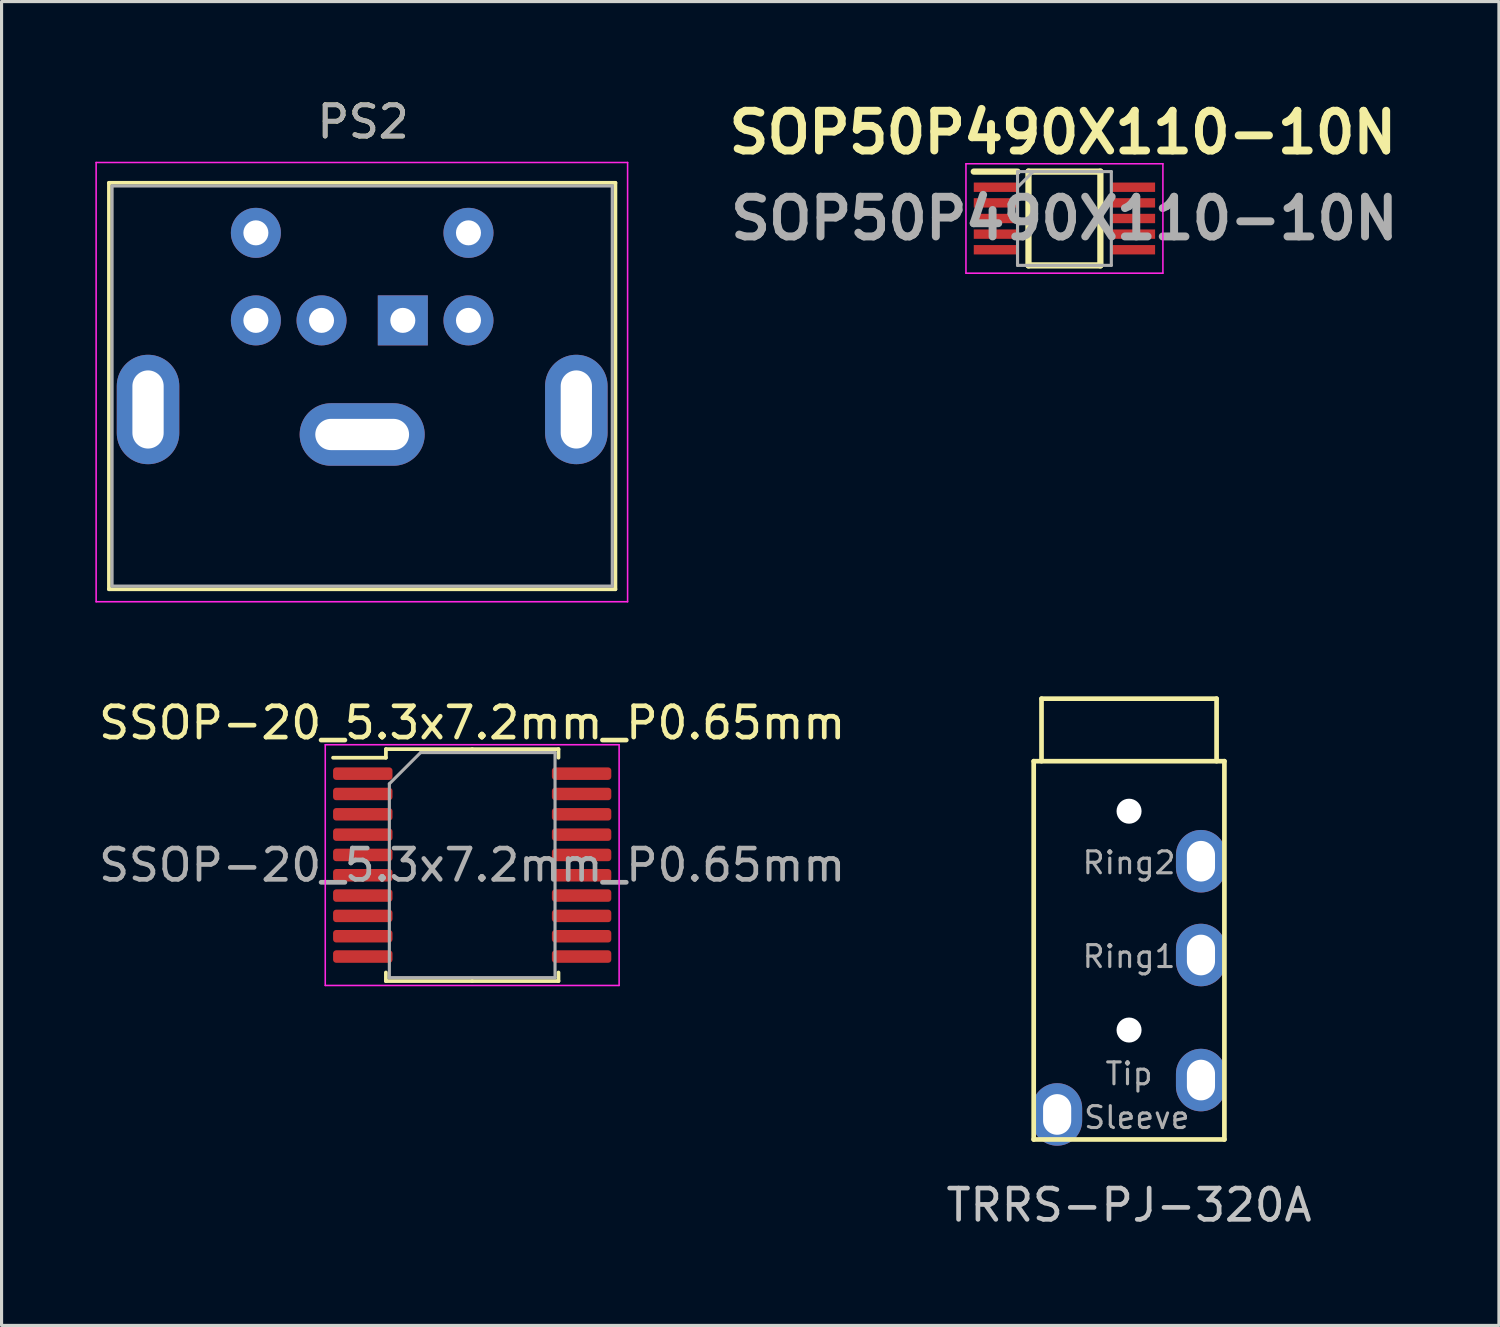
<source format=kicad_pcb>
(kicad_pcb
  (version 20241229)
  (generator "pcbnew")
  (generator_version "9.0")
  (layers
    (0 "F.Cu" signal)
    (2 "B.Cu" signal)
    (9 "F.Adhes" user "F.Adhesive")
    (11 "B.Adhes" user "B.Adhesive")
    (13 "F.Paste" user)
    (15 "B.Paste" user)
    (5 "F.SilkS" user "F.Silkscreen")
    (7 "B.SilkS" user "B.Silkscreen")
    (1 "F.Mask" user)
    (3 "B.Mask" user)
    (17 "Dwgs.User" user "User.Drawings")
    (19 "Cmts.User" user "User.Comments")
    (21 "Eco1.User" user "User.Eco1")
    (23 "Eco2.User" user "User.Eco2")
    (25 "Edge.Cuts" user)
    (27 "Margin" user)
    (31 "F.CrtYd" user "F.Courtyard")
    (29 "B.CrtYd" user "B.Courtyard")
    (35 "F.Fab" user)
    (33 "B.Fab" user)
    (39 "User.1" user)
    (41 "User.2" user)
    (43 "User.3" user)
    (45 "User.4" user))
  (footprint "TRRS-PJ-320A"
    (layer "F.Cu")
    (at 33.065 21.298)
    (property "Reference" "TRRS-PJ-320A" (at 0 14.2 0) (layer "Dwgs.User") (effects (font (size 1 1) (thickness 0.15))))
    (attr through_hole)
    (fp_line (start -3.05 0) (end -3.05 12.1) (stroke (width 0.15) (type solid)) (layer "F.SilkS"))
    (fp_line (start -2.8 0) (end -2.8 -2) (stroke (width 0.15) (type solid)) (layer "F.SilkS"))
    (fp_line (start 2.8 -2) (end -2.8 -2) (stroke (width 0.15) (type solid)) (layer "F.SilkS"))
    (fp_line (start 2.8 0) (end 2.8 -2) (stroke (width 0.15) (type solid)) (layer "F.SilkS"))
    (fp_line (start 3.05 0) (end -3.05 0) (stroke (width 0.15) (type solid)) (layer "F.SilkS"))
    (fp_line (start 3.05 0) (end 3.05 12.1) (stroke (width 0.15) (type solid)) (layer "F.SilkS"))
    (fp_line (start 3.05 12.1) (end -3.05 12.1) (stroke (width 0.15) (type solid)) (layer "F.SilkS"))
    (fp_text user "Ring2" (at 0 3.25 0) (layer "F.Fab") (effects (font (size 0.7 0.7) (thickness 0.1))))
    (fp_text user "Tip" (at 0 10 0) (layer "F.Fab") (effects (font (size 0.7 0.7) (thickness 0.1))))
    (fp_text user "Ring1" (at 0 6.25 0) (layer "F.Fab") (effects (font (size 0.7 0.7) (thickness 0.1))))
    (fp_text user "Sleeve" (at 0.25 11.4 0) (layer "F.Fab") (effects (font (size 0.7 0.7) (thickness 0.1))))
    (pad "" np_thru_hole circle (at 0 1.6) (size 0.8 0.8) (drill 0.8) (layers "*.Cu" "*.Mask"))
    (pad "" np_thru_hole circle (at 0 8.6) (size 0.8 0.8) (drill 0.8) (layers "*.Cu" "*.Mask"))
    (pad "1" thru_hole oval (at -2.3 11.3) (size 1.6 2) (drill oval 0.9 1.3) (layers "*.Cu" "*.Mask"))
    (pad "2" thru_hole oval (at 2.3 10.2) (size 1.6 2) (drill oval 0.9 1.3) (layers "*.Cu" "*.Mask"))
    (pad "3" thru_hole oval (at 2.3 6.2) (size 1.6 2) (drill oval 0.9 1.3) (layers "*.Cu" "*.Mask"))
    (pad "4" thru_hole oval (at 2.3 3.2) (size 1.6 2) (drill oval 0.9 1.3) (layers "*.Cu" "*.Mask")))
  (footprint "PS2"
    (layer "F.Cu")
    (at 9.835 7.198)
    (property "Reference" "PS2" (at -1.27 -6.35 0) (layer "F.SilkS") (effects (font (size 1 1) (thickness 0.15))))
    (attr through_hole)
    (fp_line (start -9.4 -4.4) (end -9.4 8.6) (stroke (width 0.12) (type solid)) (layer "F.SilkS"))
    (fp_line (start -9.4 -4.4) (end 6.8 -4.4) (stroke (width 0.12) (type solid)) (layer "F.SilkS"))
    (fp_line (start -9.4 8.6) (end 6.8 8.6) (stroke (width 0.12) (type solid)) (layer "F.SilkS"))
    (fp_line (start 6.8 -4.4) (end 6.8 8.6) (stroke (width 0.12) (type solid)) (layer "F.SilkS"))
    (fp_line (start -9.81 -5.05) (end -9.81 9) (stroke (width 0.05) (type solid)) (layer "F.CrtYd"))
    (fp_line (start -9.81 -5.05) (end 7.19 -5.05) (stroke (width 0.05) (type solid)) (layer "F.CrtYd"))
    (fp_line (start 7.19 9) (end -9.81 9) (stroke (width 0.05) (type solid)) (layer "F.CrtYd"))
    (fp_line (start 7.19 9) (end 7.19 -5.05) (stroke (width 0.05) (type solid)) (layer "F.CrtYd"))
    (fp_line (start -9.3 -4.3) (end 6.7 -4.3) (stroke (width 0.1) (type solid)) (layer "F.Fab"))
    (fp_line (start -9.3 8.5) (end -9.3 -4.3) (stroke (width 0.1) (type solid)) (layer "F.Fab"))
    (fp_line (start 6.7 -4.3) (end 6.7 8.5) (stroke (width 0.1) (type solid)) (layer "F.Fab"))
    (fp_line (start 6.7 8.5) (end -9.3 8.5) (stroke (width 0.1) (type solid)) (layer "F.Fab"))
    (fp_text user "${REFERENCE}" (at -1.27 -6.35 0) (layer "F.Fab") (effects (font (size 1 1) (thickness 0.15))))
    (pad "1" thru_hole rect (at 0 0) (size 1.6 1.6) (drill 0.8) (layers "*.Cu" "*.Mask"))
    (pad "2" thru_hole circle (at -2.6 0) (size 1.6 1.6) (drill 0.8) (layers "*.Cu" "*.Mask"))
    (pad "3" thru_hole circle (at 2.1 0) (size 1.6 1.6) (drill 0.8) (layers "*.Cu" "*.Mask"))
    (pad "4" thru_hole circle (at -4.7 0) (size 1.6 1.6) (drill 0.8) (layers "*.Cu" "*.Mask"))
    (pad "5" thru_hole circle (at 2.1 -2.8) (size 1.6 1.6) (drill 0.8) (layers "*.Cu" "*.Mask"))
    (pad "6" thru_hole circle (at -4.7 -2.8) (size 1.6 1.6) (drill 0.8) (layers "*.Cu" "*.Mask"))
    (pad "7" thru_hole oval (at -8.15 2.85) (size 2 3.5) (drill oval 1 2.5) (layers "*.Cu" "*.Mask"))
    (pad "7" thru_hole oval (at -1.3 3.65) (size 4 2) (drill oval 3 1) (layers "*.Cu" "*.Mask"))
    (pad "7" thru_hole oval (at 5.55 2.85) (size 2 3.5) (drill oval 1 2.5) (layers "*.Cu" "*.Mask")))
  (footprint "SSOP-20_5.3x7.2mm_P0.65mm"
    (layer "F.Cu")
    (at 12.054 24.622)
    (property "Reference" "SSOP-20_5.3x7.2mm_P0.65mm" (at 0 -4.55 0) (layer "F.SilkS") (effects (font (size 1 1) (thickness 0.15))))
    (attr smd)
    (fp_line (start -2.76 -3.71) (end -2.76 -3.435) (stroke (width 0.12) (type solid)) (layer "F.SilkS"))
    (fp_line (start -2.76 -3.435) (end -4.45 -3.435) (stroke (width 0.12) (type solid)) (layer "F.SilkS"))
    (fp_line (start -2.76 3.71) (end -2.76 3.435) (stroke (width 0.12) (type solid)) (layer "F.SilkS"))
    (fp_line (start 0 -3.71) (end -2.76 -3.71) (stroke (width 0.12) (type solid)) (layer "F.SilkS"))
    (fp_line (start 0 -3.71) (end 2.76 -3.71) (stroke (width 0.12) (type solid)) (layer "F.SilkS"))
    (fp_line (start 0 3.71) (end -2.76 3.71) (stroke (width 0.12) (type solid)) (layer "F.SilkS"))
    (fp_line (start 0 3.71) (end 2.76 3.71) (stroke (width 0.12) (type solid)) (layer "F.SilkS"))
    (fp_line (start 2.76 -3.71) (end 2.76 -3.435) (stroke (width 0.12) (type solid)) (layer "F.SilkS"))
    (fp_line (start 2.76 3.71) (end 2.76 3.435) (stroke (width 0.12) (type solid)) (layer "F.SilkS"))
    (fp_line (start -4.7 -3.85) (end -4.7 3.85) (stroke (width 0.05) (type solid)) (layer "F.CrtYd"))
    (fp_line (start -4.7 3.85) (end 4.7 3.85) (stroke (width 0.05) (type solid)) (layer "F.CrtYd"))
    (fp_line (start 4.7 -3.85) (end -4.7 -3.85) (stroke (width 0.05) (type solid)) (layer "F.CrtYd"))
    (fp_line (start 4.7 3.85) (end 4.7 -3.85) (stroke (width 0.05) (type solid)) (layer "F.CrtYd"))
    (fp_line (start -2.65 -2.6) (end -1.65 -3.6) (stroke (width 0.1) (type solid)) (layer "F.Fab"))
    (fp_line (start -2.65 3.6) (end -2.65 -2.6) (stroke (width 0.1) (type solid)) (layer "F.Fab"))
    (fp_line (start -1.65 -3.6) (end 2.65 -3.6) (stroke (width 0.1) (type solid)) (layer "F.Fab"))
    (fp_line (start 2.65 -3.6) (end 2.65 3.6) (stroke (width 0.1) (type solid)) (layer "F.Fab"))
    (fp_line (start 2.65 3.6) (end -2.65 3.6) (stroke (width 0.1) (type solid)) (layer "F.Fab"))
    (fp_text user "${REFERENCE}" (at 0 0 0) (layer "F.Fab") (effects (font (size 1 1) (thickness 0.15))))
    (pad "1" smd roundrect (at -3.5 -2.925) (size 1.9 0.4) (layers "F.Cu" "F.Mask" "F.Paste") (roundrect_rratio 0.25))
    (pad "2" smd roundrect (at -3.5 -2.275) (size 1.9 0.4) (layers "F.Cu" "F.Mask" "F.Paste") (roundrect_rratio 0.25))
    (pad "3" smd roundrect (at -3.5 -1.625) (size 1.9 0.4) (layers "F.Cu" "F.Mask" "F.Paste") (roundrect_rratio 0.25))
    (pad "4" smd roundrect (at -3.5 -0.975) (size 1.9 0.4) (layers "F.Cu" "F.Mask" "F.Paste") (roundrect_rratio 0.25))
    (pad "5" smd roundrect (at -3.5 -0.325) (size 1.9 0.4) (layers "F.Cu" "F.Mask" "F.Paste") (roundrect_rratio 0.25))
    (pad "6" smd roundrect (at -3.5 0.325) (size 1.9 0.4) (layers "F.Cu" "F.Mask" "F.Paste") (roundrect_rratio 0.25))
    (pad "7" smd roundrect (at -3.5 0.975) (size 1.9 0.4) (layers "F.Cu" "F.Mask" "F.Paste") (roundrect_rratio 0.25))
    (pad "8" smd roundrect (at -3.5 1.625) (size 1.9 0.4) (layers "F.Cu" "F.Mask" "F.Paste") (roundrect_rratio 0.25))
    (pad "9" smd roundrect (at -3.5 2.275) (size 1.9 0.4) (layers "F.Cu" "F.Mask" "F.Paste") (roundrect_rratio 0.25))
    (pad "10" smd roundrect (at -3.5 2.925) (size 1.9 0.4) (layers "F.Cu" "F.Mask" "F.Paste") (roundrect_rratio 0.25))
    (pad "11" smd roundrect (at 3.5 2.925) (size 1.9 0.4) (layers "F.Cu" "F.Mask" "F.Paste") (roundrect_rratio 0.25))
    (pad "12" smd roundrect (at 3.5 2.275) (size 1.9 0.4) (layers "F.Cu" "F.Mask" "F.Paste") (roundrect_rratio 0.25))
    (pad "13" smd roundrect (at 3.5 1.625) (size 1.9 0.4) (layers "F.Cu" "F.Mask" "F.Paste") (roundrect_rratio 0.25))
    (pad "14" smd roundrect (at 3.5 0.975) (size 1.9 0.4) (layers "F.Cu" "F.Mask" "F.Paste") (roundrect_rratio 0.25))
    (pad "15" smd roundrect (at 3.5 0.325) (size 1.9 0.4) (layers "F.Cu" "F.Mask" "F.Paste") (roundrect_rratio 0.25))
    (pad "16" smd roundrect (at 3.5 -0.325) (size 1.9 0.4) (layers "F.Cu" "F.Mask" "F.Paste") (roundrect_rratio 0.25))
    (pad "17" smd roundrect (at 3.5 -0.975) (size 1.9 0.4) (layers "F.Cu" "F.Mask" "F.Paste") (roundrect_rratio 0.25))
    (pad "18" smd roundrect (at 3.5 -1.625) (size 1.9 0.4) (layers "F.Cu" "F.Mask" "F.Paste") (roundrect_rratio 0.25))
    (pad "19" smd roundrect (at 3.5 -2.275) (size 1.9 0.4) (layers "F.Cu" "F.Mask" "F.Paste") (roundrect_rratio 0.25))
    (pad "20" smd roundrect (at 3.5 -2.925) (size 1.9 0.4) (layers "F.Cu" "F.Mask" "F.Paste") (roundrect_rratio 0.25)))
  (footprint "SOP50P490X110-10N"
    (layer "F.Cu")
    (at 30.998 3.939)
    (property "Reference" "SOP50P490X110-10N" (at -0.05 -2.75 0) (layer "F.SilkS") (effects (font (size 1.27 1.27) (thickness 0.254))))
    (attr smd)
    (fp_line (start -2.9 -1.5) (end -1.5 -1.5) (stroke (width 0.2) (type solid)) (layer "F.SilkS"))
    (fp_line (start -1.15 -1.5) (end 1.15 -1.5) (stroke (width 0.2) (type solid)) (layer "F.SilkS"))
    (fp_line (start -1.15 1.5) (end -1.15 -1.5) (stroke (width 0.2) (type solid)) (layer "F.SilkS"))
    (fp_line (start 1.15 -1.5) (end 1.15 1.5) (stroke (width 0.2) (type solid)) (layer "F.SilkS"))
    (fp_line (start 1.15 1.5) (end -1.15 1.5) (stroke (width 0.2) (type solid)) (layer "F.SilkS"))
    (fp_line (start -3.15 -1.75) (end 3.15 -1.75) (stroke (width 0.05) (type solid)) (layer "F.CrtYd"))
    (fp_line (start -3.15 1.75) (end -3.15 -1.75) (stroke (width 0.05) (type solid)) (layer "F.CrtYd"))
    (fp_line (start 3.15 -1.75) (end 3.15 1.75) (stroke (width 0.05) (type solid)) (layer "F.CrtYd"))
    (fp_line (start 3.15 1.75) (end -3.15 1.75) (stroke (width 0.05) (type solid)) (layer "F.CrtYd"))
    (fp_line (start -1.5 -1.5) (end 1.5 -1.5) (stroke (width 0.1) (type solid)) (layer "F.Fab"))
    (fp_line (start -1.5 -1) (end -1 -1.5) (stroke (width 0.1) (type solid)) (layer "F.Fab"))
    (fp_line (start -1.5 1.5) (end -1.5 -1.5) (stroke (width 0.1) (type solid)) (layer "F.Fab"))
    (fp_line (start 1.5 -1.5) (end 1.5 1.5) (stroke (width 0.1) (type solid)) (layer "F.Fab"))
    (fp_line (start 1.5 1.5) (end -1.5 1.5) (stroke (width 0.1) (type solid)) (layer "F.Fab"))
    (fp_text user "${REFERENCE}" (at 0 0 0) (layer "F.Fab") (effects (font (size 1.27 1.27) (thickness 0.254))))
    (pad "1" smd rect (at -2.2 -1 90) (size 0.3 1.4) (layers "F.Cu" "F.Mask" "F.Paste"))
    (pad "2" smd rect (at -2.2 -0.5 90) (size 0.3 1.4) (layers "F.Cu" "F.Mask" "F.Paste"))
    (pad "3" smd rect (at -2.2 0 90) (size 0.3 1.4) (layers "F.Cu" "F.Mask" "F.Paste"))
    (pad "4" smd rect (at -2.2 0.5 90) (size 0.3 1.4) (layers "F.Cu" "F.Mask" "F.Paste"))
    (pad "5" smd rect (at -2.2 1 90) (size 0.3 1.4) (layers "F.Cu" "F.Mask" "F.Paste"))
    (pad "6" smd rect (at 2.2 1 90) (size 0.3 1.4) (layers "F.Cu" "F.Mask" "F.Paste"))
    (pad "7" smd rect (at 2.2 0.5 90) (size 0.3 1.4) (layers "F.Cu" "F.Mask" "F.Paste"))
    (pad "8" smd rect (at 2.2 0 90) (size 0.3 1.4) (layers "F.Cu" "F.Mask" "F.Paste"))
    (pad "9" smd rect (at 2.2 -0.5 90) (size 0.3 1.4) (layers "F.Cu" "F.Mask" "F.Paste"))
    (pad "10" smd rect (at 2.2 -1 90) (size 0.3 1.4) (layers "F.Cu" "F.Mask" "F.Paste")))
  (gr_rect
    (start -3 -3)
    (end 44.896 39.346)
    (stroke (width 0.1) (type default))
    (fill no)
    (layer "Edge.Cuts")))
</source>
